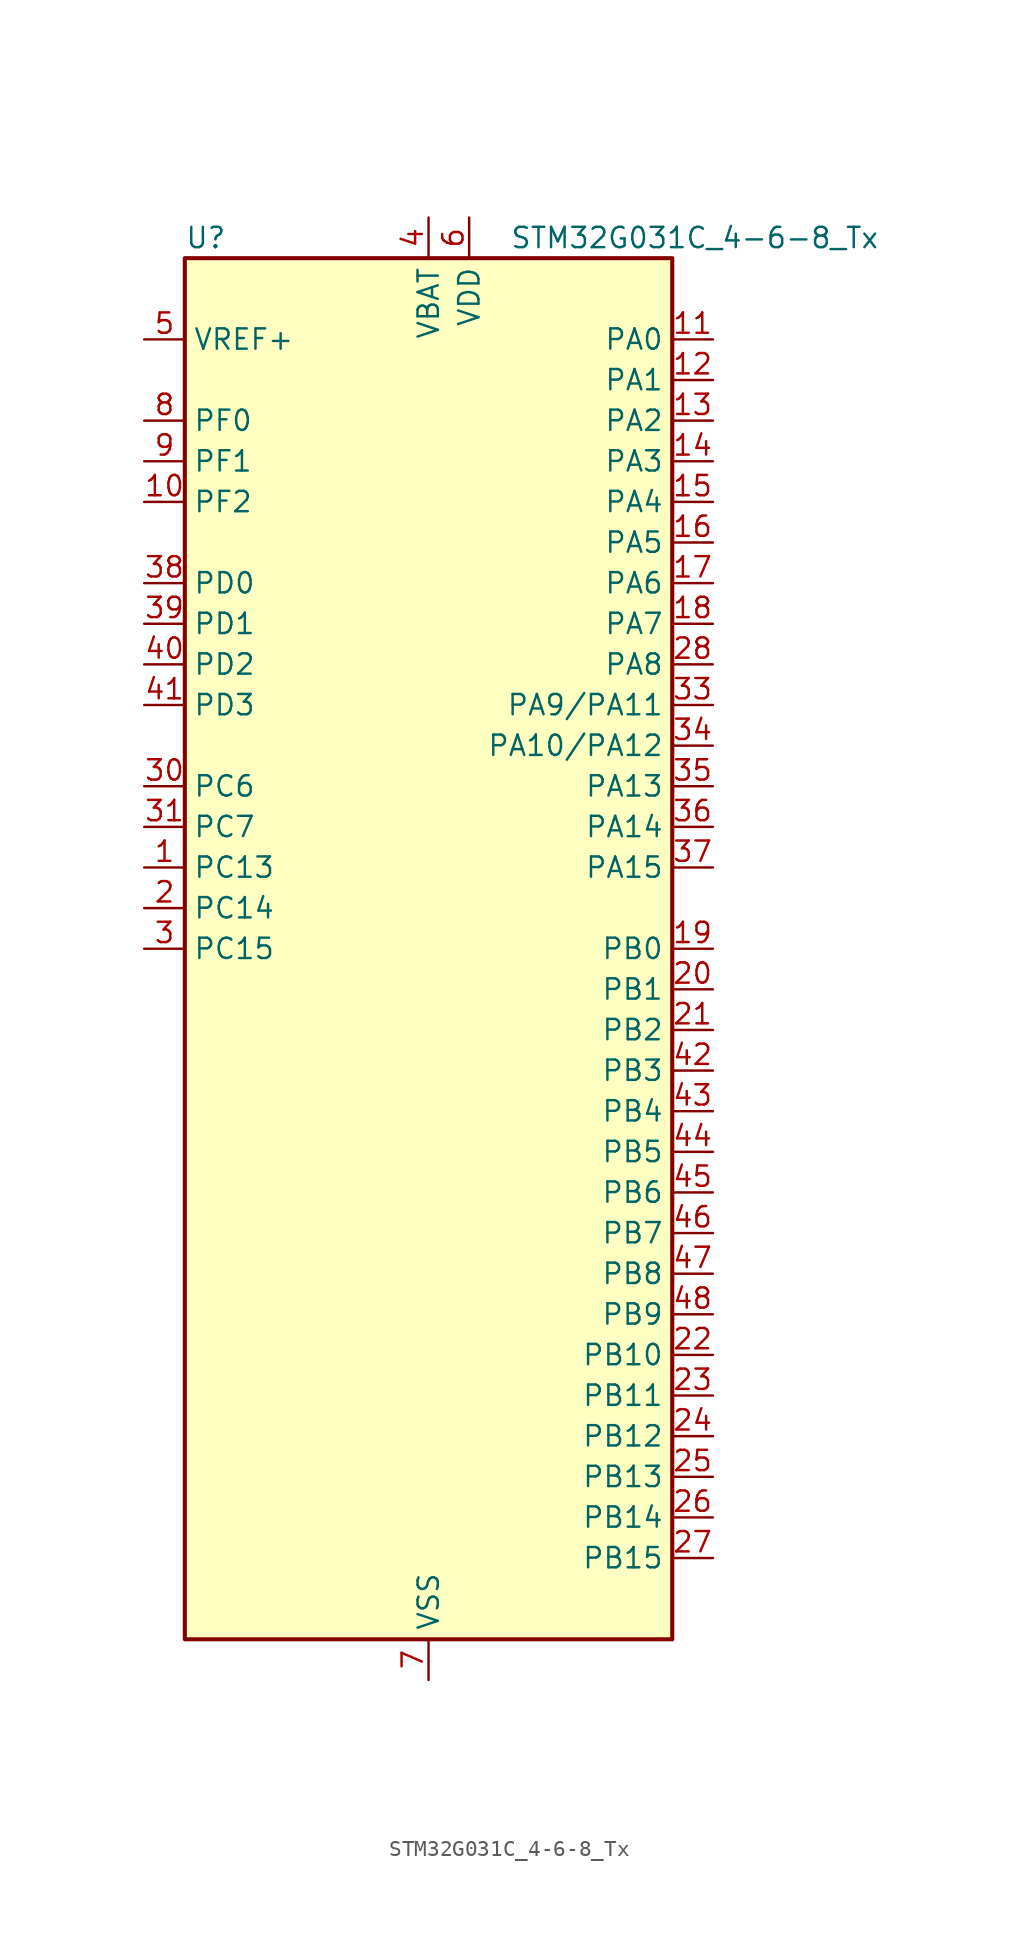
<source format=kicad_sym>
(kicad_symbol_lib
  (version 20231120)
  (generator "kicad-library-utils")
  (generator_version "8.0")
  (symbol "STM32G031C_4-6-8_Tx"
    (property "Reference" "U"
      (at -15.24 44.45 0)
      (effects (font (size 1.27 1.27)) (justify left)))
    (property "Value" "STM32G031C_4-6-8_Tx"
      (at 5.08 44.45 0)
      (effects (font (size 1.27 1.27)) (justify left)))
    (symbol "STM32G031C_4-6-8_Tx_0_1"
      (rectangle (start -15.24 -43.18) (end 15.24 43.18) (stroke (width 0.254) (type default)) (fill (type background))))
    (symbol "STM32G031C_4-6-8_Tx_1_1"
      (pin bidirectional line (at -17.78 5.08 0) (length 2.54) (name "PC13" (effects (font (size 1.27 1.27)))) (number "1" (effects (font (size 1.27 1.27)))) (alternate "RTC_OUT_ALARM" bidirectional line) (alternate "RTC_OUT_CALIB" bidirectional line) (alternate "RTC_TAMP_IN1" bidirectional line) (alternate "RTC_TS" bidirectional line) (alternate "SYS_WKUP2" bidirectional line) (alternate "TIM1_BK" bidirectional line))
      (pin bidirectional line (at -17.78 27.94 0) (length 2.54) (name "PF2" (effects (font (size 1.27 1.27)))) (number "10" (effects (font (size 1.27 1.27)))) (alternate "RCC_MCO" bidirectional line))
      (pin bidirectional line (at 17.78 38.1 180) (length 2.54) (name "PA0" (effects (font (size 1.27 1.27)))) (number "11" (effects (font (size 1.27 1.27)))) (alternate "ADC1_IN0" bidirectional line) (alternate "LPTIM1_OUT" bidirectional line) (alternate "RTC_TAMP_IN2" bidirectional line) (alternate "SPI2_SCK" bidirectional line) (alternate "SYS_WKUP1" bidirectional line) (alternate "TIM2_CH1" bidirectional line) (alternate "TIM2_ETR" bidirectional line) (alternate "USART2_CTS" bidirectional line) (alternate "USART2_NSS" bidirectional line))
      (pin bidirectional line (at 17.78 35.56 180) (length 2.54) (name "PA1" (effects (font (size 1.27 1.27)))) (number "12" (effects (font (size 1.27 1.27)))) (alternate "ADC1_IN1" bidirectional line) (alternate "I2C1_SMBA" bidirectional line) (alternate "I2S1_CK" bidirectional line) (alternate "SPI1_SCK" bidirectional line) (alternate "TIM2_CH2" bidirectional line) (alternate "USART2_CK" bidirectional line) (alternate "USART2_DE" bidirectional line) (alternate "USART2_RTS" bidirectional line))
      (pin bidirectional line (at 17.78 33.02 180) (length 2.54) (name "PA2" (effects (font (size 1.27 1.27)))) (number "13" (effects (font (size 1.27 1.27)))) (alternate "ADC1_IN2" bidirectional line) (alternate "I2S1_SD" bidirectional line) (alternate "LPUART1_TX" bidirectional line) (alternate "RCC_LSCO" bidirectional line) (alternate "SPI1_MOSI" bidirectional line) (alternate "SYS_WKUP4" bidirectional line) (alternate "TIM2_CH3" bidirectional line) (alternate "USART2_TX" bidirectional line))
      (pin bidirectional line (at 17.78 30.48 180) (length 2.54) (name "PA3" (effects (font (size 1.27 1.27)))) (number "14" (effects (font (size 1.27 1.27)))) (alternate "ADC1_IN3" bidirectional line) (alternate "LPUART1_RX" bidirectional line) (alternate "SPI2_MISO" bidirectional line) (alternate "TIM2_CH4" bidirectional line) (alternate "USART2_RX" bidirectional line))
      (pin bidirectional line (at 17.78 27.94 180) (length 2.54) (name "PA4" (effects (font (size 1.27 1.27)))) (number "15" (effects (font (size 1.27 1.27)))) (alternate "ADC1_IN4" bidirectional line) (alternate "I2S1_WS" bidirectional line) (alternate "LPTIM2_OUT" bidirectional line) (alternate "RTC_OUT_ALARM" bidirectional line) (alternate "RTC_OUT_CALIB" bidirectional line) (alternate "SPI1_NSS" bidirectional line) (alternate "SPI2_MOSI" bidirectional line) (alternate "TIM14_CH1" bidirectional line))
      (pin bidirectional line (at 17.78 25.4 180) (length 2.54) (name "PA5" (effects (font (size 1.27 1.27)))) (number "16" (effects (font (size 1.27 1.27)))) (alternate "ADC1_IN5" bidirectional line) (alternate "I2S1_CK" bidirectional line) (alternate "LPTIM2_ETR" bidirectional line) (alternate "SPI1_SCK" bidirectional line) (alternate "TIM2_CH1" bidirectional line) (alternate "TIM2_ETR" bidirectional line))
      (pin bidirectional line (at 17.78 22.86 180) (length 2.54) (name "PA6" (effects (font (size 1.27 1.27)))) (number "17" (effects (font (size 1.27 1.27)))) (alternate "ADC1_IN6" bidirectional line) (alternate "I2S1_MCK" bidirectional line) (alternate "LPUART1_CTS" bidirectional line) (alternate "SPI1_MISO" bidirectional line) (alternate "TIM16_CH1" bidirectional line) (alternate "TIM1_BK" bidirectional line) (alternate "TIM3_CH1" bidirectional line))
      (pin bidirectional line (at 17.78 20.32 180) (length 2.54) (name "PA7" (effects (font (size 1.27 1.27)))) (number "18" (effects (font (size 1.27 1.27)))) (alternate "ADC1_IN7" bidirectional line) (alternate "I2S1_SD" bidirectional line) (alternate "SPI1_MOSI" bidirectional line) (alternate "TIM14_CH1" bidirectional line) (alternate "TIM17_CH1" bidirectional line) (alternate "TIM1_CH1N" bidirectional line) (alternate "TIM3_CH2" bidirectional line))
      (pin bidirectional line (at 17.78 0 180) (length 2.54) (name "PB0" (effects (font (size 1.27 1.27)))) (number "19" (effects (font (size 1.27 1.27)))) (alternate "ADC1_IN8" bidirectional line) (alternate "I2S1_WS" bidirectional line) (alternate "LPTIM1_OUT" bidirectional line) (alternate "SPI1_NSS" bidirectional line) (alternate "TIM1_CH2N" bidirectional line) (alternate "TIM3_CH3" bidirectional line))
      (pin bidirectional line (at -17.78 2.54 0) (length 2.54) (name "PC14" (effects (font (size 1.27 1.27)))) (number "2" (effects (font (size 1.27 1.27)))) (alternate "RCC_OSC32_IN" bidirectional line) (alternate "TIM1_BK2" bidirectional line))
      (pin bidirectional line (at 17.78 -2.54 180) (length 2.54) (name "PB1" (effects (font (size 1.27 1.27)))) (number "20" (effects (font (size 1.27 1.27)))) (alternate "ADC1_IN9" bidirectional line) (alternate "LPTIM2_IN1" bidirectional line) (alternate "LPUART1_DE" bidirectional line) (alternate "LPUART1_RTS" bidirectional line) (alternate "TIM14_CH1" bidirectional line) (alternate "TIM1_CH3N" bidirectional line) (alternate "TIM3_CH4" bidirectional line))
      (pin bidirectional line (at 17.78 -5.08 180) (length 2.54) (name "PB2" (effects (font (size 1.27 1.27)))) (number "21" (effects (font (size 1.27 1.27)))) (alternate "ADC1_IN10" bidirectional line) (alternate "LPTIM1_OUT" bidirectional line) (alternate "SPI2_MISO" bidirectional line))
      (pin bidirectional line (at 17.78 -25.4 180) (length 2.54) (name "PB10" (effects (font (size 1.27 1.27)))) (number "22" (effects (font (size 1.27 1.27)))) (alternate "ADC1_IN11" bidirectional line) (alternate "I2C2_SCL" bidirectional line) (alternate "LPUART1_RX" bidirectional line) (alternate "SPI2_SCK" bidirectional line) (alternate "TIM2_CH3" bidirectional line))
      (pin bidirectional line (at 17.78 -27.94 180) (length 2.54) (name "PB11" (effects (font (size 1.27 1.27)))) (number "23" (effects (font (size 1.27 1.27)))) (alternate "ADC1_EXTI11" bidirectional line) (alternate "ADC1_IN15" bidirectional line) (alternate "I2C2_SDA" bidirectional line) (alternate "LPUART1_TX" bidirectional line) (alternate "SPI2_MOSI" bidirectional line) (alternate "TIM2_CH4" bidirectional line))
      (pin bidirectional line (at 17.78 -30.48 180) (length 2.54) (name "PB12" (effects (font (size 1.27 1.27)))) (number "24" (effects (font (size 1.27 1.27)))) (alternate "ADC1_IN16" bidirectional line) (alternate "LPUART1_DE" bidirectional line) (alternate "LPUART1_RTS" bidirectional line) (alternate "SPI2_NSS" bidirectional line) (alternate "TIM1_BK" bidirectional line))
      (pin bidirectional line (at 17.78 -33.02 180) (length 2.54) (name "PB13" (effects (font (size 1.27 1.27)))) (number "25" (effects (font (size 1.27 1.27)))) (alternate "I2C2_SCL" bidirectional line) (alternate "LPUART1_CTS" bidirectional line) (alternate "SPI2_SCK" bidirectional line) (alternate "TIM1_CH1N" bidirectional line))
      (pin bidirectional line (at 17.78 -35.56 180) (length 2.54) (name "PB14" (effects (font (size 1.27 1.27)))) (number "26" (effects (font (size 1.27 1.27)))) (alternate "I2C2_SDA" bidirectional line) (alternate "SPI2_MISO" bidirectional line) (alternate "TIM1_CH2N" bidirectional line))
      (pin bidirectional line (at 17.78 -38.1 180) (length 2.54) (name "PB15" (effects (font (size 1.27 1.27)))) (number "27" (effects (font (size 1.27 1.27)))) (alternate "RTC_REFIN" bidirectional line) (alternate "SPI2_MOSI" bidirectional line) (alternate "TIM1_CH3N" bidirectional line))
      (pin bidirectional line (at 17.78 17.78 180) (length 2.54) (name "PA8" (effects (font (size 1.27 1.27)))) (number "28" (effects (font (size 1.27 1.27)))) (alternate "LPTIM2_OUT" bidirectional line) (alternate "RCC_MCO" bidirectional line) (alternate "SPI2_NSS" bidirectional line) (alternate "TIM1_CH1" bidirectional line))
      (pin no_connect line (at -15.24 -43.18 0) (length 2.54) hide (name "NC/PA9" (effects (font (size 1.27 1.27)))) (number "29" (effects (font (size 1.27 1.27)))) (alternate "NC" bidirectional line) (alternate "PA9" bidirectional line) (alternate "I2C1_SCL (PA9)" bidirectional line) (alternate "RCC_MCO (PA9)" bidirectional line) (alternate "SPI2_MISO (PA9)" bidirectional line) (alternate "TIM1_CH2 (PA9)" bidirectional line) (alternate "USART1_TX (PA9)" bidirectional line))
      (pin bidirectional line (at -17.78 0 0) (length 2.54) (name "PC15" (effects (font (size 1.27 1.27)))) (number "3" (effects (font (size 1.27 1.27)))) (alternate "RCC_OSC32_EN" bidirectional line) (alternate "RCC_OSC32_OUT" bidirectional line) (alternate "RCC_OSC_EN" bidirectional line))
      (pin bidirectional line (at -17.78 10.16 0) (length 2.54) (name "PC6" (effects (font (size 1.27 1.27)))) (number "30" (effects (font (size 1.27 1.27)))) (alternate "TIM2_CH3" bidirectional line) (alternate "TIM3_CH1" bidirectional line))
      (pin bidirectional line (at -17.78 7.62 0) (length 2.54) (name "PC7" (effects (font (size 1.27 1.27)))) (number "31" (effects (font (size 1.27 1.27)))) (alternate "TIM2_CH4" bidirectional line) (alternate "TIM3_CH2" bidirectional line))
      (pin no_connect line (at -15.24 -40.64 0) (length 2.54) hide (name "NC/PA10" (effects (font (size 1.27 1.27)))) (number "32" (effects (font (size 1.27 1.27)))) (alternate "NC" bidirectional line) (alternate "PA10" bidirectional line) (alternate "I2C1_SDA (PA10)" bidirectional line) (alternate "SPI2_MOSI (PA10)" bidirectional line) (alternate "TIM17_BK (PA10)" bidirectional line) (alternate "TIM1_CH3 (PA10)" bidirectional line) (alternate "USART1_RX (PA10)" bidirectional line))
      (pin bidirectional line (at 17.78 15.24 180) (length 2.54) (name "PA9/PA11" (effects (font (size 1.27 1.27)))) (number "33" (effects (font (size 1.27 1.27)))) (alternate "PA9" bidirectional line) (alternate "I2C1_SCL (PA9)" bidirectional line) (alternate "RCC_MCO (PA9)" bidirectional line) (alternate "SPI2_MISO (PA9)" bidirectional line) (alternate "TIM1_CH2 (PA9)" bidirectional line) (alternate "USART1_TX (PA9)" bidirectional line) (alternate "PA11" bidirectional line) (alternate "ADC1_EXTI11 (PA11)" bidirectional line) (alternate "I2C2_SCL (PA11)" bidirectional line) (alternate "I2S1_MCK (PA11)" bidirectional line) (alternate "SPI1_MISO (PA11)" bidirectional line) (alternate "TIM1_BK2 (PA11)" bidirectional line) (alternate "TIM1_CH4 (PA11)" bidirectional line) (alternate "USART1_CTS (PA11)" bidirectional line) (alternate "USART1_NSS (PA11)" bidirectional line))
      (pin bidirectional line (at 17.78 12.7 180) (length 2.54) (name "PA10/PA12" (effects (font (size 1.27 1.27)))) (number "34" (effects (font (size 1.27 1.27)))) (alternate "PA10" bidirectional line) (alternate "I2C1_SDA (PA10)" bidirectional line) (alternate "SPI2_MOSI (PA10)" bidirectional line) (alternate "TIM17_BK (PA10)" bidirectional line) (alternate "TIM1_CH3 (PA10)" bidirectional line) (alternate "USART1_RX (PA10)" bidirectional line) (alternate "PA12" bidirectional line) (alternate "I2C2_SDA (PA12)" bidirectional line) (alternate "I2S1_SD (PA12)" bidirectional line) (alternate "I2S_CKIN (PA12)" bidirectional line) (alternate "SPI1_MOSI (PA12)" bidirectional line) (alternate "TIM1_ETR (PA12)" bidirectional line) (alternate "USART1_CK (PA12)" bidirectional line) (alternate "USART1_DE (PA12)" bidirectional line) (alternate "USART1_RTS (PA12)" bidirectional line))
      (pin bidirectional line (at 17.78 10.16 180) (length 2.54) (name "PA13" (effects (font (size 1.27 1.27)))) (number "35" (effects (font (size 1.27 1.27)))) (alternate "ADC1_IN17" bidirectional line) (alternate "IR_OUT" bidirectional line) (alternate "SYS_SWDIO" bidirectional line))
      (pin bidirectional line (at 17.78 7.62 180) (length 2.54) (name "PA14" (effects (font (size 1.27 1.27)))) (number "36" (effects (font (size 1.27 1.27)))) (alternate "ADC1_IN18" bidirectional line) (alternate "SYS_SWCLK" bidirectional line) (alternate "USART2_TX" bidirectional line))
      (pin bidirectional line (at 17.78 5.08 180) (length 2.54) (name "PA15" (effects (font (size 1.27 1.27)))) (number "37" (effects (font (size 1.27 1.27)))) (alternate "I2S1_WS" bidirectional line) (alternate "SPI1_NSS" bidirectional line) (alternate "TIM2_CH1" bidirectional line) (alternate "TIM2_ETR" bidirectional line) (alternate "USART2_RX" bidirectional line))
      (pin bidirectional line (at -17.78 22.86 0) (length 2.54) (name "PD0" (effects (font (size 1.27 1.27)))) (number "38" (effects (font (size 1.27 1.27)))) (alternate "SPI2_NSS" bidirectional line) (alternate "TIM16_CH1" bidirectional line))
      (pin bidirectional line (at -17.78 20.32 0) (length 2.54) (name "PD1" (effects (font (size 1.27 1.27)))) (number "39" (effects (font (size 1.27 1.27)))) (alternate "SPI2_SCK" bidirectional line) (alternate "TIM17_CH1" bidirectional line))
      (pin power_in line (at 0 45.72 270) (length 2.54) (name "VBAT" (effects (font (size 1.27 1.27)))) (number "4" (effects (font (size 1.27 1.27)))))
      (pin bidirectional line (at -17.78 17.78 0) (length 2.54) (name "PD2" (effects (font (size 1.27 1.27)))) (number "40" (effects (font (size 1.27 1.27)))) (alternate "TIM1_CH1N" bidirectional line) (alternate "TIM3_ETR" bidirectional line))
      (pin bidirectional line (at -17.78 15.24 0) (length 2.54) (name "PD3" (effects (font (size 1.27 1.27)))) (number "41" (effects (font (size 1.27 1.27)))) (alternate "SPI2_MISO" bidirectional line) (alternate "TIM1_CH2N" bidirectional line) (alternate "USART2_CTS" bidirectional line) (alternate "USART2_NSS" bidirectional line))
      (pin bidirectional line (at 17.78 -7.62 180) (length 2.54) (name "PB3" (effects (font (size 1.27 1.27)))) (number "42" (effects (font (size 1.27 1.27)))) (alternate "I2S1_CK" bidirectional line) (alternate "SPI1_SCK" bidirectional line) (alternate "TIM1_CH2" bidirectional line) (alternate "TIM2_CH2" bidirectional line) (alternate "USART1_CK" bidirectional line) (alternate "USART1_DE" bidirectional line) (alternate "USART1_RTS" bidirectional line))
      (pin bidirectional line (at 17.78 -10.16 180) (length 2.54) (name "PB4" (effects (font (size 1.27 1.27)))) (number "43" (effects (font (size 1.27 1.27)))) (alternate "I2S1_MCK" bidirectional line) (alternate "SPI1_MISO" bidirectional line) (alternate "TIM17_BK" bidirectional line) (alternate "TIM3_CH1" bidirectional line) (alternate "USART1_CTS" bidirectional line) (alternate "USART1_NSS" bidirectional line))
      (pin bidirectional line (at 17.78 -12.7 180) (length 2.54) (name "PB5" (effects (font (size 1.27 1.27)))) (number "44" (effects (font (size 1.27 1.27)))) (alternate "I2C1_SMBA" bidirectional line) (alternate "I2S1_SD" bidirectional line) (alternate "LPTIM1_IN1" bidirectional line) (alternate "SPI1_MOSI" bidirectional line) (alternate "SYS_WKUP6" bidirectional line) (alternate "TIM16_BK" bidirectional line) (alternate "TIM3_CH2" bidirectional line))
      (pin bidirectional line (at 17.78 -15.24 180) (length 2.54) (name "PB6" (effects (font (size 1.27 1.27)))) (number "45" (effects (font (size 1.27 1.27)))) (alternate "I2C1_SCL" bidirectional line) (alternate "LPTIM1_ETR" bidirectional line) (alternate "SPI2_MISO" bidirectional line) (alternate "TIM16_CH1N" bidirectional line) (alternate "TIM1_CH3" bidirectional line) (alternate "USART1_TX" bidirectional line))
      (pin bidirectional line (at 17.78 -17.78 180) (length 2.54) (name "PB7" (effects (font (size 1.27 1.27)))) (number "46" (effects (font (size 1.27 1.27)))) (alternate "I2C1_SDA" bidirectional line) (alternate "LPTIM1_IN2" bidirectional line) (alternate "SPI2_MOSI" bidirectional line) (alternate "SYS_PVD_IN" bidirectional line) (alternate "TIM17_CH1N" bidirectional line) (alternate "USART1_RX" bidirectional line))
      (pin bidirectional line (at 17.78 -20.32 180) (length 2.54) (name "PB8" (effects (font (size 1.27 1.27)))) (number "47" (effects (font (size 1.27 1.27)))) (alternate "I2C1_SCL" bidirectional line) (alternate "SPI2_SCK" bidirectional line) (alternate "TIM16_CH1" bidirectional line))
      (pin bidirectional line (at 17.78 -22.86 180) (length 2.54) (name "PB9" (effects (font (size 1.27 1.27)))) (number "48" (effects (font (size 1.27 1.27)))) (alternate "I2C1_SDA" bidirectional line) (alternate "IR_OUT" bidirectional line) (alternate "SPI2_NSS" bidirectional line) (alternate "TIM17_CH1" bidirectional line))
      (pin input line (at -17.78 38.1 0) (length 2.54) (name "VREF+" (effects (font (size 1.27 1.27)))) (number "5" (effects (font (size 1.27 1.27)))) (alternate "VREFBUF_OUT" bidirectional line))
      (pin power_in line (at 2.54 45.72 270) (length 2.54) (name "VDD" (effects (font (size 1.27 1.27)))) (number "6" (effects (font (size 1.27 1.27)))))
      (pin power_in line (at 0 -45.72 90) (length 2.54) (name "VSS" (effects (font (size 1.27 1.27)))) (number "7" (effects (font (size 1.27 1.27)))))
      (pin bidirectional line (at -17.78 33.02 0) (length 2.54) (name "PF0" (effects (font (size 1.27 1.27)))) (number "8" (effects (font (size 1.27 1.27)))) (alternate "RCC_OSC_IN" bidirectional line) (alternate "TIM14_CH1" bidirectional line))
      (pin bidirectional line (at -17.78 30.48 0) (length 2.54) (name "PF1" (effects (font (size 1.27 1.27)))) (number "9" (effects (font (size 1.27 1.27)))) (alternate "RCC_OSC_EN" bidirectional line) (alternate "RCC_OSC_OUT" bidirectional line)))))
</source>
